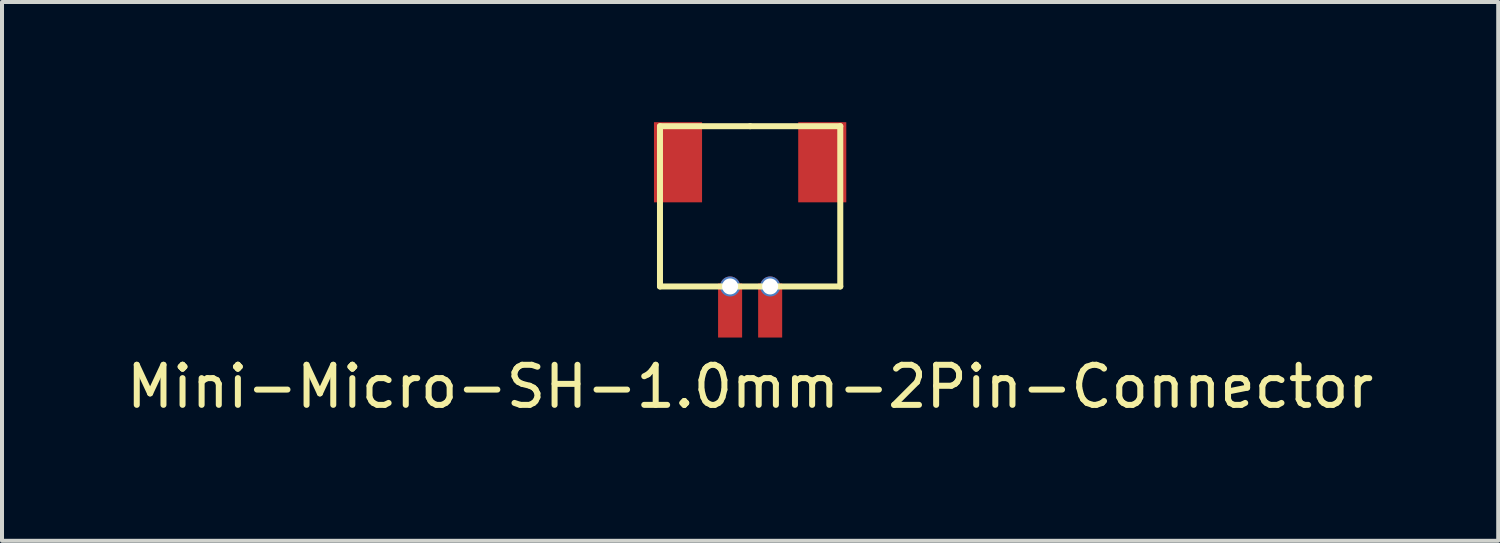
<source format=kicad_pcb>
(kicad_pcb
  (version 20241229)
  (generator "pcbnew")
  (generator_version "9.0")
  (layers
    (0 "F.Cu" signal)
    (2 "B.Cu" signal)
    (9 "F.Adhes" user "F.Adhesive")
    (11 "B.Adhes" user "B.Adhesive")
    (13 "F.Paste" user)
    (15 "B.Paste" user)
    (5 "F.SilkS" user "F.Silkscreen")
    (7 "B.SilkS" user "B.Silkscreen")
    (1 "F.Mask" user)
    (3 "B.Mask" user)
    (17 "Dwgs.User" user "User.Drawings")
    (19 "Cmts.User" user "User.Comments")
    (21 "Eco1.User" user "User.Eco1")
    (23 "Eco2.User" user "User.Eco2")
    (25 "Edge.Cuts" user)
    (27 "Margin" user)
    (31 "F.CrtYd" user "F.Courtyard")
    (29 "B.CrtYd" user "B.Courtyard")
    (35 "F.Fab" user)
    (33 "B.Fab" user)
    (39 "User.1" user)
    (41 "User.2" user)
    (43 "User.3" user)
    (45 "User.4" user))
  (footprint "Mini-Micro-SH-1.0mm-2Pin-Connector"
    (layer "F.Cu")
    (at 15.673 2.85)
    (property "Reference" "Mini-Micro-SH-1.0mm-2Pin-Connector" (at 0 3.75 0) (layer "F.SilkS") (effects (font (size 1 1) (thickness 0.15))))
    (attr through_hole)
    (fp_line (start -2.25 -2.75) (end -2.25 1.25) (stroke (width 0.15) (type solid)) (layer "F.SilkS"))
    (fp_line (start -2.25 1.25) (end 2.25 1.25) (stroke (width 0.15) (type solid)) (layer "F.SilkS"))
    (fp_line (start 0 -2.75) (end -2.25 -2.75) (stroke (width 0.15) (type solid)) (layer "F.SilkS"))
    (fp_line (start 2.25 -2.75) (end 0 -2.75) (stroke (width 0.15) (type solid)) (layer "F.SilkS"))
    (fp_line (start 2.25 1.25) (end 2.25 -2.75) (stroke (width 0.15) (type solid)) (layer "F.SilkS"))
    (pad "" smd rect (at -1.8 -1.85) (size 1.2 2) (layers "F.Cu" "F.Mask" "F.Paste"))
    (pad "" smd rect (at 1.8 -1.85) (size 1.2 2) (layers "F.Cu" "F.Mask" "F.Paste"))
    (pad "1" thru_hole circle (at 0.5 1.25) (size 0.5 0.5) (drill 0.4) (layers "*.Cu" "*.Mask"))
    (pad "1" smd rect (at 0.5 1.85) (size 0.6 1.35) (layers "F.Cu" "F.Mask" "F.Paste"))
    (pad "2" thru_hole circle (at -0.5 1.25) (size 0.5 0.5) (drill 0.4) (layers "*.Cu" "*.Mask"))
    (pad "2" smd rect (at -0.5 1.85) (size 0.6 1.35) (layers "F.Cu" "F.Mask" "F.Paste")))
  (gr_rect
    (start -3 -3)
    (end 34.345 10.448)
    (stroke (width 0.1) (type default))
    (fill no)
    (layer "Edge.Cuts")))
</source>
